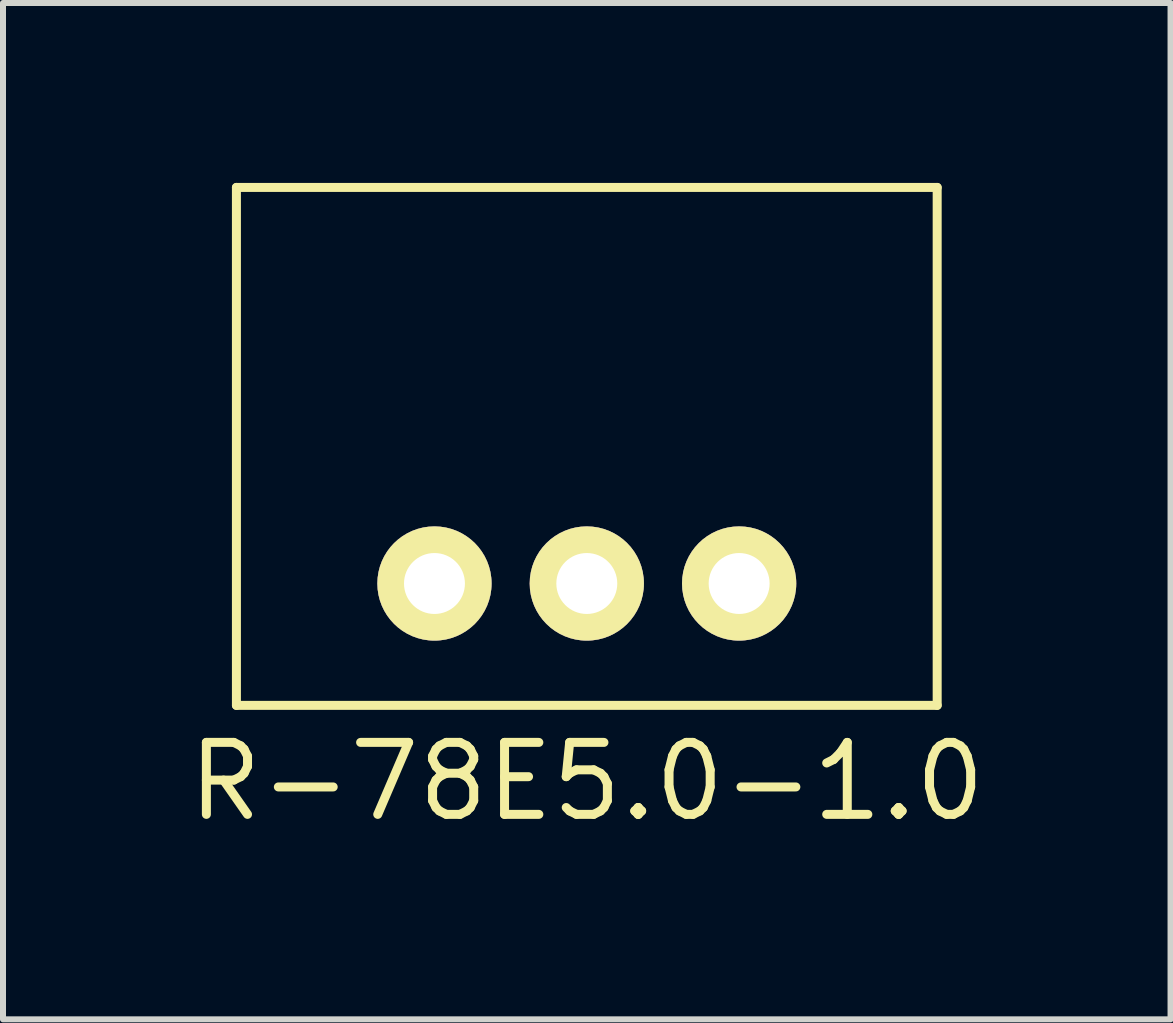
<source format=kicad_pcb>
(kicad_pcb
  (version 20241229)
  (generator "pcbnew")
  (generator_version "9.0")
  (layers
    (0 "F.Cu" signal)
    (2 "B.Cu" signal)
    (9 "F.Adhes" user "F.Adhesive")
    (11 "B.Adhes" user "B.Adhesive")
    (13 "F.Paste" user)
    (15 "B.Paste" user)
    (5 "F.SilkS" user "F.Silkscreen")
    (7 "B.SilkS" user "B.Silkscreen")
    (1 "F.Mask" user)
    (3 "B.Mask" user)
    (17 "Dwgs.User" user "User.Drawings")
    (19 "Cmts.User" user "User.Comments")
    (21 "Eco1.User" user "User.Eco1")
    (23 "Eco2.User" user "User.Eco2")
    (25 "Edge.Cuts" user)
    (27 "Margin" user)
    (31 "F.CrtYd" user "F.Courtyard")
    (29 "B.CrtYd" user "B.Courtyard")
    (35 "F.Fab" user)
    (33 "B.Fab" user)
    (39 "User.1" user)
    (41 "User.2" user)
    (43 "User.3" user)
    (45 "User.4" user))
  (footprint "R-78E5.0-1.0"
    (layer "F.Cu")
    (at 6.734 8.711)
    (property "Reference" "R-78E5.0-1.0" (at 0 1.27 0) (layer "F.SilkS") (effects (font (size 1.2 1.2) (thickness 0.15))))
    (attr through_hole)
    (fp_line (start -5.842 -8.636) (end 5.842 -8.636) (stroke (width 0.15) (type solid)) (layer "F.SilkS"))
    (fp_line (start -5.842 0) (end -5.842 -8.636) (stroke (width 0.15) (type solid)) (layer "F.SilkS"))
    (fp_line (start 5.842 -8.636) (end 5.842 0) (stroke (width 0.15) (type solid)) (layer "F.SilkS"))
    (fp_line (start 5.842 0) (end -5.842 0) (stroke (width 0.15) (type solid)) (layer "F.SilkS"))
    (pad "1" thru_hole circle (at -2.54 -2.032) (size 1.905 1.905) (drill 1.016) (layers "*.Cu" "*.Mask" "F.SilkS"))
    (pad "2" thru_hole circle (at 0 -2.032) (size 1.905 1.905) (drill 1.016) (layers "*.Cu" "*.Mask" "F.SilkS"))
    (pad "3" thru_hole circle (at 2.54 -2.032) (size 1.905 1.905) (drill 1.016) (layers "*.Cu" "*.Mask" "F.SilkS")))
  (gr_rect
    (start -3 -3)
    (end 16.467 13.946)
    (stroke (width 0.1) (type default))
    (fill no)
    (layer "Edge.Cuts")))
</source>
